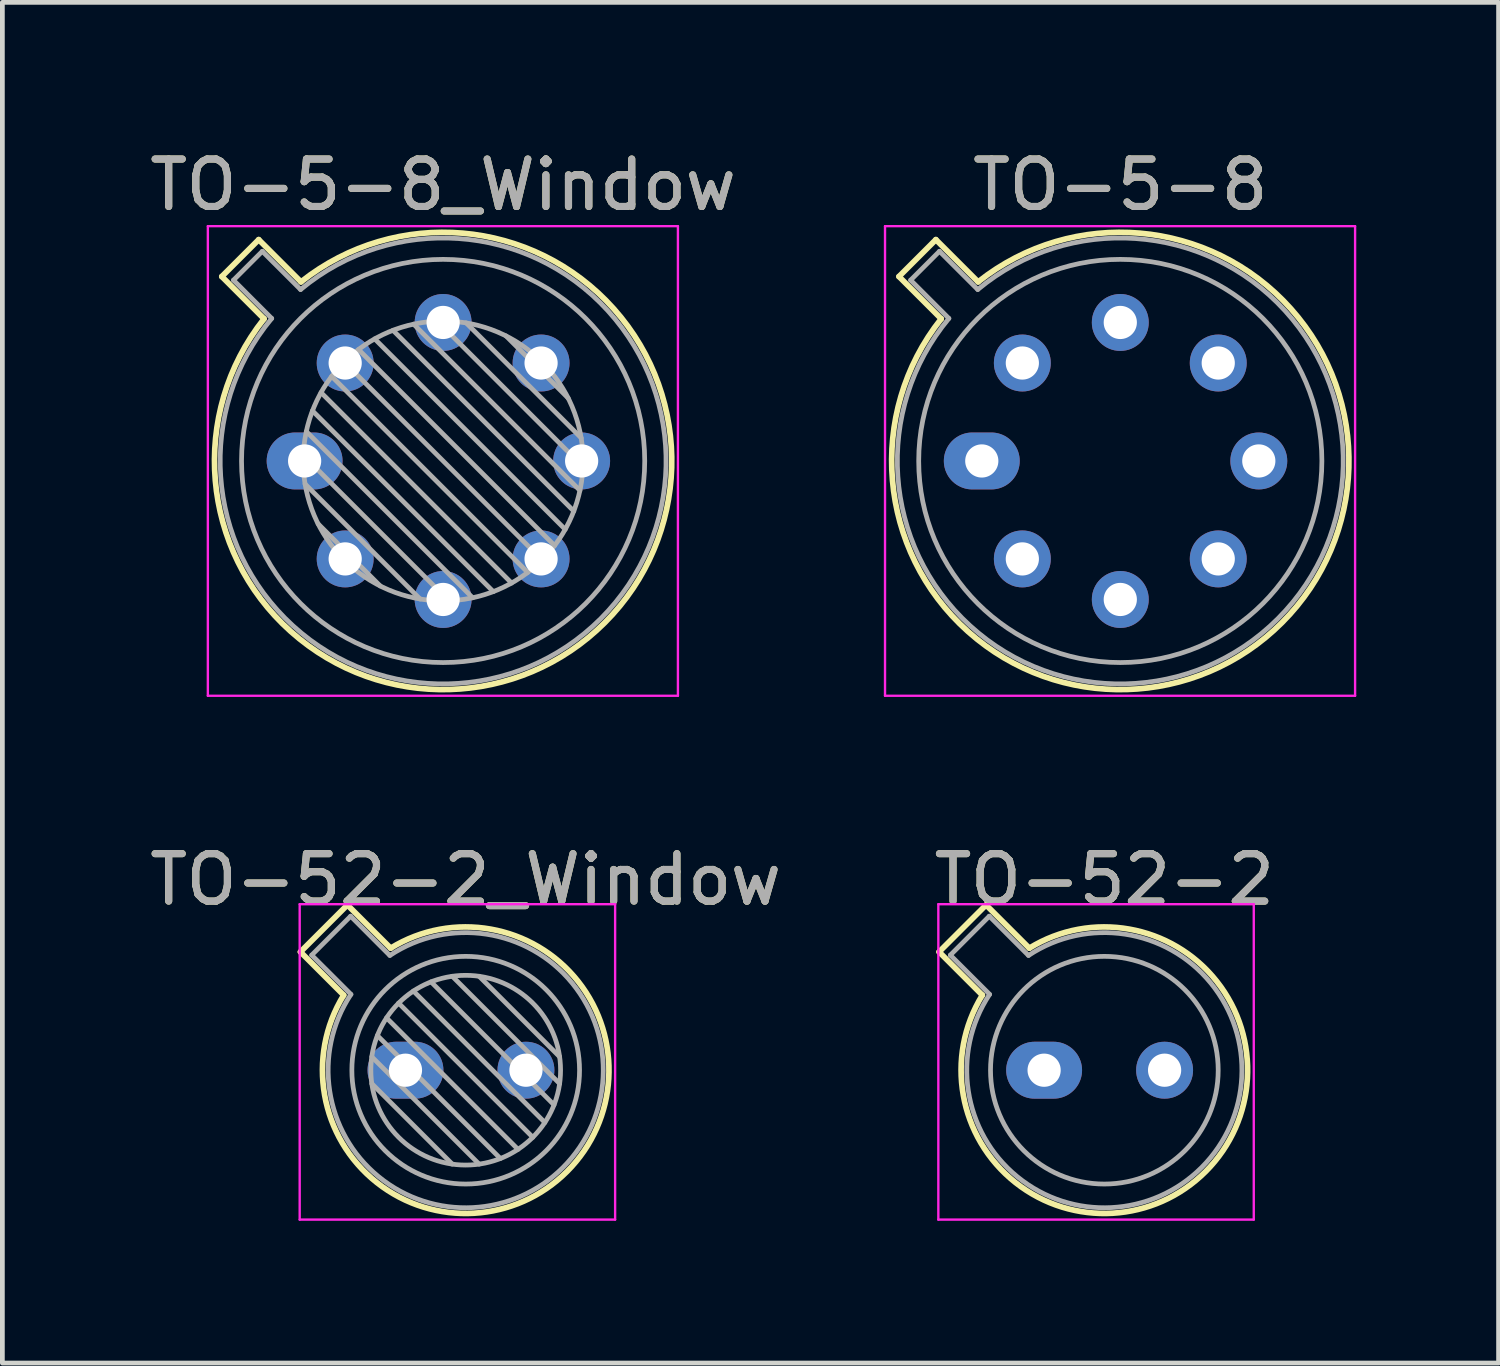
<source format=kicad_pcb>
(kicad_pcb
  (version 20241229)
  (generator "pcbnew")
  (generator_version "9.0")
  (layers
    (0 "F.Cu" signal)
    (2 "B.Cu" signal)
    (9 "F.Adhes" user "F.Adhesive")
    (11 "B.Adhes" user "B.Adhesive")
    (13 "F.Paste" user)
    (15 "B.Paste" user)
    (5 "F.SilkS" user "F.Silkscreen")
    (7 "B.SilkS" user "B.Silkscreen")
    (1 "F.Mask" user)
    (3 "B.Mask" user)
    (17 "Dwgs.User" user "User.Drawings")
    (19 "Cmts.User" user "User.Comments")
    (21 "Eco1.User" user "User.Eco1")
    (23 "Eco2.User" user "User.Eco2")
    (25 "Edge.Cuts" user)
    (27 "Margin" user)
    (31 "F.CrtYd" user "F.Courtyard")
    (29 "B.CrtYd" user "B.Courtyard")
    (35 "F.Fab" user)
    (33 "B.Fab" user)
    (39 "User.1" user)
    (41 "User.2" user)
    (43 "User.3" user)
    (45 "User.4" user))
  (footprint "TO-5-8_Window"
    (layer "F.Cu")
    (at 3.372 6.668)
    (property "Reference" "TO-5-8_Window" (at 2.92 -5.82 0) (layer "F.SilkS") (effects (font (size 1 1) (thickness 0.15))))
    (attr through_hole)
    (fp_line (start -1.746 -3.888) (end -0.855 -2.997) (stroke (width 0.12) (type solid)) (layer "F.SilkS"))
    (fp_line (start -0.968 -4.666) (end -1.746 -3.888) (stroke (width 0.12) (type solid)) (layer "F.SilkS"))
    (fp_line (start -0.077 -3.775) (end -0.968 -4.666) (stroke (width 0.12) (type solid)) (layer "F.SilkS"))
    (fp_arc (start -0.077084 -3.774902) (mid 6.328125 3.408384) (end -0.854674 -2.997371) (stroke (width 0.12) (type solid)) (layer "F.SilkS"))
    (fp_line (start -2.04 -4.95) (end -2.04 4.95) (stroke (width 0.05) (type solid)) (layer "F.CrtYd"))
    (fp_line (start -2.04 4.95) (end 7.87 4.95) (stroke (width 0.05) (type solid)) (layer "F.CrtYd"))
    (fp_line (start 7.87 -4.95) (end -2.04 -4.95) (stroke (width 0.05) (type solid)) (layer "F.CrtYd"))
    (fp_line (start 7.87 4.95) (end 7.87 -4.95) (stroke (width 0.05) (type solid)) (layer "F.CrtYd"))
    (fp_line (start -1.5 -3.812) (end -0.694 -3.005) (stroke (width 0.1) (type solid)) (layer "F.Fab"))
    (fp_line (start -0.892 -4.42) (end -1.5 -3.812) (stroke (width 0.1) (type solid)) (layer "F.Fab"))
    (fp_line (start -0.085 -3.614) (end -0.892 -4.42) (stroke (width 0.1) (type solid)) (layer "F.Fab"))
    (fp_line (start -0.028 -0.12) (end 3.04 2.948) (stroke (width 0.1) (type solid)) (layer "F.Fab"))
    (fp_line (start 0.009 0.485) (end 2.435 2.911) (stroke (width 0.1) (type solid)) (layer "F.Fab"))
    (fp_line (start 0.036 -0.622) (end 3.542 2.884) (stroke (width 0.1) (type solid)) (layer "F.Fab"))
    (fp_line (start 0.165 -1.058) (end 3.978 2.755) (stroke (width 0.1) (type solid)) (layer "F.Fab"))
    (fp_line (start 0.283 1.324) (end 1.596 2.637) (stroke (width 0.1) (type solid)) (layer "F.Fab"))
    (fp_line (start 0.346 -1.443) (end 4.363 2.574) (stroke (width 0.1) (type solid)) (layer "F.Fab"))
    (fp_line (start 0.57 -1.784) (end 4.704 2.35) (stroke (width 0.1) (type solid)) (layer "F.Fab"))
    (fp_line (start 0.834 -2.086) (end 5.006 2.086) (stroke (width 0.1) (type solid)) (layer "F.Fab"))
    (fp_line (start 1.136 -2.35) (end 5.27 1.784) (stroke (width 0.1) (type solid)) (layer "F.Fab"))
    (fp_line (start 1.477 -2.574) (end 5.494 1.443) (stroke (width 0.1) (type solid)) (layer "F.Fab"))
    (fp_line (start 1.862 -2.755) (end 5.675 1.058) (stroke (width 0.1) (type solid)) (layer "F.Fab"))
    (fp_line (start 2.298 -2.884) (end 5.804 0.622) (stroke (width 0.1) (type solid)) (layer "F.Fab"))
    (fp_line (start 2.8 -2.948) (end 5.868 0.12) (stroke (width 0.1) (type solid)) (layer "F.Fab"))
    (fp_line (start 3.405 -2.911) (end 5.831 -0.485) (stroke (width 0.1) (type solid)) (layer "F.Fab"))
    (fp_line (start 4.244 -2.637) (end 5.557 -1.324) (stroke (width 0.1) (type solid)) (layer "F.Fab"))
    (fp_arc (start -0.085408 -3.61352) (mid 6.243443 3.323361) (end -0.693594 -3.005319) (stroke (width 0.1) (type solid)) (layer "F.Fab"))
    (fp_circle (center 2.92 0) (end 5.87 0) (stroke (width 0.1) (type solid)) (fill no) (layer "F.Fab"))
    (fp_circle (center 2.92 0) (end 7.17 0) (stroke (width 0.1) (type solid)) (fill no) (layer "F.Fab"))
    (fp_text user "${REFERENCE}" (at 2.92 -5.82 0) (layer "F.Fab") (effects (font (size 1 1) (thickness 0.15))))
    (pad "1" thru_hole oval (at 0 0) (size 1.6 1.2) (drill 0.7) (layers "*.Cu" "*.Mask"))
    (pad "2" thru_hole oval (at 0.855 2.065) (size 1.2 1.2) (drill 0.7) (layers "*.Cu" "*.Mask"))
    (pad "3" thru_hole oval (at 2.92 2.92) (size 1.2 1.2) (drill 0.7) (layers "*.Cu" "*.Mask"))
    (pad "4" thru_hole oval (at 4.985 2.065) (size 1.2 1.2) (drill 0.7) (layers "*.Cu" "*.Mask"))
    (pad "5" thru_hole oval (at 5.84 0) (size 1.2 1.2) (drill 0.7) (layers "*.Cu" "*.Mask"))
    (pad "6" thru_hole oval (at 4.985 -2.065) (size 1.2 1.2) (drill 0.7) (layers "*.Cu" "*.Mask"))
    (pad "7" thru_hole oval (at 2.92 -2.92) (size 1.2 1.2) (drill 0.7) (layers "*.Cu" "*.Mask"))
    (pad "8" thru_hole oval (at 0.855 -2.065) (size 1.2 1.2) (drill 0.7) (layers "*.Cu" "*.Mask")))
  (footprint "TO-52-2_Window"
    (layer "F.Cu")
    (at 5.498 19.512)
    (property "Reference" "TO-52-2_Window" (at 1.27 -4.02 0) (layer "F.SilkS") (effects (font (size 1 1) (thickness 0.15))))
    (attr through_hole)
    (fp_line (start -2.214 -2.494) (end -1.302 -1.582) (stroke (width 0.12) (type solid)) (layer "F.SilkS"))
    (fp_line (start -1.224 -3.484) (end -2.214 -2.494) (stroke (width 0.12) (type solid)) (layer "F.SilkS"))
    (fp_line (start -0.312 -2.572) (end -1.224 -3.484) (stroke (width 0.12) (type solid)) (layer "F.SilkS"))
    (fp_arc (start -0.312331 -2.572281) (mid 3.405374 2.135551) (end -1.30215 -1.582544) (stroke (width 0.12) (type solid)) (layer "F.SilkS"))
    (fp_line (start -2.23 -3.5) (end -2.23 3.15) (stroke (width 0.05) (type solid)) (layer "F.CrtYd"))
    (fp_line (start -2.23 3.15) (end 4.42 3.15) (stroke (width 0.05) (type solid)) (layer "F.CrtYd"))
    (fp_line (start 4.42 -3.5) (end -2.23 -3.5) (stroke (width 0.05) (type solid)) (layer "F.CrtYd"))
    (fp_line (start 4.42 3.15) (end 4.42 -3.5) (stroke (width 0.05) (type solid)) (layer "F.CrtYd"))
    (fp_line (start -1.977 -2.426) (end -1.149 -1.599) (stroke (width 0.1) (type solid)) (layer "F.Fab"))
    (fp_line (start -1.156 -3.247) (end -1.977 -2.426) (stroke (width 0.1) (type solid)) (layer "F.Fab"))
    (fp_line (start -0.71 -0.283) (end 1.553 1.98) (stroke (width 0.1) (type solid)) (layer "F.Fab"))
    (fp_line (start -0.71 0.283) (end 0.987 1.98) (stroke (width 0.1) (type solid)) (layer "F.Fab"))
    (fp_line (start -0.592 -0.731) (end 2.001 1.862) (stroke (width 0.1) (type solid)) (layer "F.Fab"))
    (fp_line (start -0.399 -1.103) (end 2.373 1.669) (stroke (width 0.1) (type solid)) (layer "F.Fab"))
    (fp_line (start -0.329 -2.419) (end -1.156 -3.247) (stroke (width 0.1) (type solid)) (layer "F.Fab"))
    (fp_line (start -0.145 -1.415) (end 2.685 1.415) (stroke (width 0.1) (type solid)) (layer "F.Fab"))
    (fp_line (start 0.167 -1.669) (end 2.939 1.103) (stroke (width 0.1) (type solid)) (layer "F.Fab"))
    (fp_line (start 0.539 -1.862) (end 3.132 0.731) (stroke (width 0.1) (type solid)) (layer "F.Fab"))
    (fp_line (start 0.987 -1.98) (end 3.25 0.283) (stroke (width 0.1) (type solid)) (layer "F.Fab"))
    (fp_line (start 1.553 -1.98) (end 3.25 -0.283) (stroke (width 0.1) (type solid)) (layer "F.Fab"))
    (fp_arc (start -0.329057 -2.419301) (mid 3.321076 2.050143) (end -1.150029 -1.597956) (stroke (width 0.1) (type solid)) (layer "F.Fab"))
    (fp_circle (center 1.27 0) (end 3.27 0) (stroke (width 0.1) (type solid)) (fill no) (layer "F.Fab"))
    (fp_circle (center 1.27 0) (end 3.67 0) (stroke (width 0.1) (type solid)) (fill no) (layer "F.Fab"))
    (fp_text user "${REFERENCE}" (at 1.27 -4.02 0) (layer "F.Fab") (effects (font (size 1 1) (thickness 0.15))))
    (pad "1" thru_hole oval (at 0 0) (size 1.6 1.2) (drill 0.7) (layers "*.Cu" "*.Mask"))
    (pad "2" thru_hole oval (at 2.54 0) (size 1.2 1.2) (drill 0.7) (layers "*.Cu" "*.Mask")))
  (footprint "TO-5-8"
    (layer "F.Cu")
    (at 17.648 6.668)
    (property "Reference" "TO-5-8" (at 2.92 -5.82 0) (layer "F.SilkS") (effects (font (size 1 1) (thickness 0.15))))
    (attr through_hole)
    (fp_line (start -1.746 -3.888) (end -0.855 -2.997) (stroke (width 0.12) (type solid)) (layer "F.SilkS"))
    (fp_line (start -0.968 -4.666) (end -1.746 -3.888) (stroke (width 0.12) (type solid)) (layer "F.SilkS"))
    (fp_line (start -0.077 -3.775) (end -0.968 -4.666) (stroke (width 0.12) (type solid)) (layer "F.SilkS"))
    (fp_arc (start -0.077084 -3.774902) (mid 6.328125 3.408384) (end -0.854674 -2.997371) (stroke (width 0.12) (type solid)) (layer "F.SilkS"))
    (fp_line (start -2.04 -4.95) (end -2.04 4.95) (stroke (width 0.05) (type solid)) (layer "F.CrtYd"))
    (fp_line (start -2.04 4.95) (end 7.87 4.95) (stroke (width 0.05) (type solid)) (layer "F.CrtYd"))
    (fp_line (start 7.87 -4.95) (end -2.04 -4.95) (stroke (width 0.05) (type solid)) (layer "F.CrtYd"))
    (fp_line (start 7.87 4.95) (end 7.87 -4.95) (stroke (width 0.05) (type solid)) (layer "F.CrtYd"))
    (fp_line (start -1.5 -3.812) (end -0.694 -3.005) (stroke (width 0.1) (type solid)) (layer "F.Fab"))
    (fp_line (start -0.892 -4.42) (end -1.5 -3.812) (stroke (width 0.1) (type solid)) (layer "F.Fab"))
    (fp_line (start -0.085 -3.614) (end -0.892 -4.42) (stroke (width 0.1) (type solid)) (layer "F.Fab"))
    (fp_arc (start -0.085408 -3.61352) (mid 6.243443 3.323361) (end -0.693594 -3.005319) (stroke (width 0.1) (type solid)) (layer "F.Fab"))
    (fp_circle (center 2.92 0) (end 7.17 0) (stroke (width 0.1) (type solid)) (fill no) (layer "F.Fab"))
    (fp_text user "${REFERENCE}" (at 2.92 -5.82 0) (layer "F.Fab") (effects (font (size 1 1) (thickness 0.15))))
    (pad "1" thru_hole oval (at 0 0) (size 1.6 1.2) (drill 0.7) (layers "*.Cu" "*.Mask"))
    (pad "2" thru_hole oval (at 0.855 2.065) (size 1.2 1.2) (drill 0.7) (layers "*.Cu" "*.Mask"))
    (pad "3" thru_hole oval (at 2.92 2.92) (size 1.2 1.2) (drill 0.7) (layers "*.Cu" "*.Mask"))
    (pad "4" thru_hole oval (at 4.985 2.065) (size 1.2 1.2) (drill 0.7) (layers "*.Cu" "*.Mask"))
    (pad "5" thru_hole oval (at 5.84 0) (size 1.2 1.2) (drill 0.7) (layers "*.Cu" "*.Mask"))
    (pad "6" thru_hole oval (at 4.985 -2.065) (size 1.2 1.2) (drill 0.7) (layers "*.Cu" "*.Mask"))
    (pad "7" thru_hole oval (at 2.92 -2.92) (size 1.2 1.2) (drill 0.7) (layers "*.Cu" "*.Mask"))
    (pad "8" thru_hole oval (at 0.855 -2.065) (size 1.2 1.2) (drill 0.7) (layers "*.Cu" "*.Mask")))
  (footprint "TO-52-2"
    (layer "F.Cu")
    (at 18.962 19.512)
    (property "Reference" "TO-52-2" (at 1.27 -4.02 0) (layer "F.SilkS") (effects (font (size 1 1) (thickness 0.15))))
    (attr through_hole)
    (fp_line (start -2.214 -2.494) (end -1.302 -1.582) (stroke (width 0.12) (type solid)) (layer "F.SilkS"))
    (fp_line (start -1.224 -3.484) (end -2.214 -2.494) (stroke (width 0.12) (type solid)) (layer "F.SilkS"))
    (fp_line (start -0.312 -2.572) (end -1.224 -3.484) (stroke (width 0.12) (type solid)) (layer "F.SilkS"))
    (fp_arc (start -0.312331 -2.572281) (mid 3.405374 2.135551) (end -1.30215 -1.582544) (stroke (width 0.12) (type solid)) (layer "F.SilkS"))
    (fp_line (start -2.23 -3.5) (end -2.23 3.15) (stroke (width 0.05) (type solid)) (layer "F.CrtYd"))
    (fp_line (start -2.23 3.15) (end 4.42 3.15) (stroke (width 0.05) (type solid)) (layer "F.CrtYd"))
    (fp_line (start 4.42 -3.5) (end -2.23 -3.5) (stroke (width 0.05) (type solid)) (layer "F.CrtYd"))
    (fp_line (start 4.42 3.15) (end 4.42 -3.5) (stroke (width 0.05) (type solid)) (layer "F.CrtYd"))
    (fp_line (start -1.977 -2.426) (end -1.149 -1.599) (stroke (width 0.1) (type solid)) (layer "F.Fab"))
    (fp_line (start -1.156 -3.247) (end -1.977 -2.426) (stroke (width 0.1) (type solid)) (layer "F.Fab"))
    (fp_line (start -0.329 -2.419) (end -1.156 -3.247) (stroke (width 0.1) (type solid)) (layer "F.Fab"))
    (fp_arc (start -0.329057 -2.419301) (mid 3.321076 2.050143) (end -1.150029 -1.597956) (stroke (width 0.1) (type solid)) (layer "F.Fab"))
    (fp_circle (center 1.27 0) (end 3.67 0) (stroke (width 0.1) (type solid)) (fill no) (layer "F.Fab"))
    (fp_text user "${REFERENCE}" (at 1.27 -4.02 0) (layer "F.Fab") (effects (font (size 1 1) (thickness 0.15))))
    (pad "1" thru_hole oval (at 0 0) (size 1.6 1.2) (drill 0.7) (layers "*.Cu" "*.Mask"))
    (pad "2" thru_hole oval (at 2.54 0) (size 1.2 1.2) (drill 0.7) (layers "*.Cu" "*.Mask")))
  (gr_rect
    (start -3 -3)
    (end 28.543 25.686)
    (stroke (width 0.1) (type default))
    (fill no)
    (layer "Edge.Cuts")))
</source>
